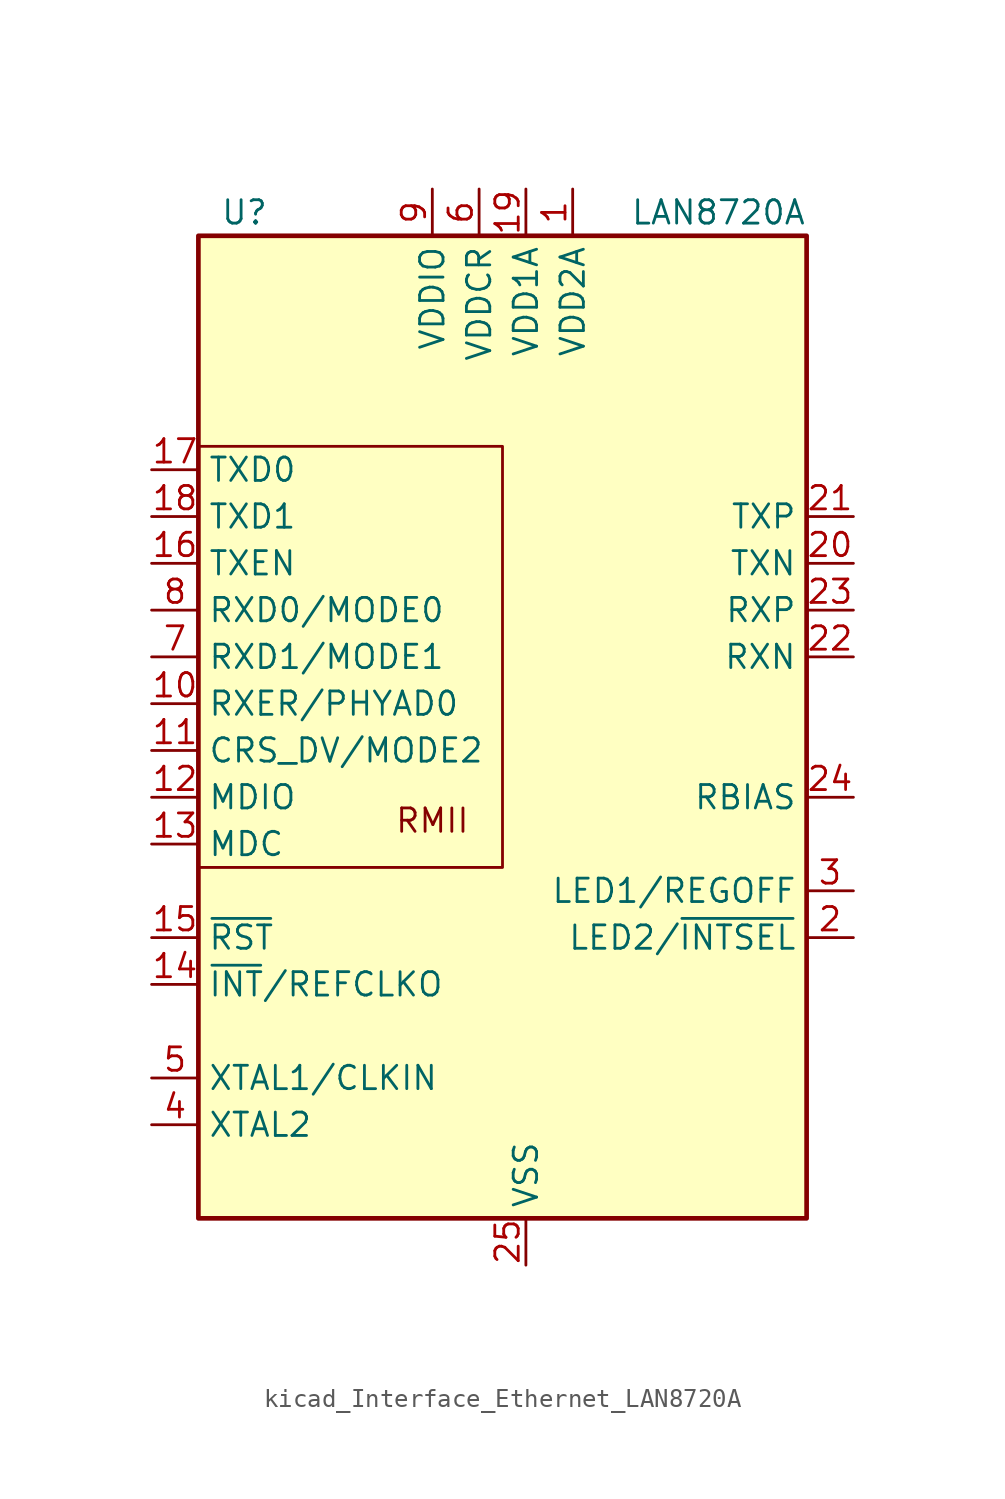
<source format=kicad_sym>
(kicad_symbol_lib
  (version 20220914)
  (generator kicad_symbol_editor)
  (symbol "kicad_Interface_Ethernet_LAN8720A"
    (property "Reference" "U"
      (at -13.97 29.21 0)
      (effects (font (size 1.27 1.27)) (justify right)))
    (property "Value" "LAN8720A"
      (at 15.24 29.21 0)
      (effects (font (size 1.27 1.27)) (justify right)))
    (symbol "kicad_Interface_Ethernet_LAN8720A_0_0"
      (text "RMII" (at -5.08 -3.81 0) (effects (font (size 1.27 1.27)))))
    (symbol "kicad_Interface_Ethernet_LAN8720A_0_1"
      (rectangle (start -17.78 27.94) (end 15.24 -25.4) (stroke (width 0.254) (type default)) (fill (type background)))
      (polyline (pts (xy -17.78 -6.35) (xy -1.27 -6.35) (xy -1.27 16.51) (xy -17.78 16.51)) (stroke (width 0) (type default)) (fill (type none))))
    (symbol "kicad_Interface_Ethernet_LAN8720A_1_1"
      (pin power_in line (at 2.54 30.48 270) (length 2.54) (name "VDD2A" (effects (font (size 1.27 1.27)))) (number "1" (effects (font (size 1.27 1.27)))))
      (pin output line (at -20.32 2.54 0) (length 2.54) (name "RXER/PHYAD0" (effects (font (size 1.27 1.27)))) (number "10" (effects (font (size 1.27 1.27)))))
      (pin bidirectional line (at -20.32 0 0) (length 2.54) (name "CRS_DV/MODE2" (effects (font (size 1.27 1.27)))) (number "11" (effects (font (size 1.27 1.27)))))
      (pin bidirectional line (at -20.32 -2.54 0) (length 2.54) (name "MDIO" (effects (font (size 1.27 1.27)))) (number "12" (effects (font (size 1.27 1.27)))))
      (pin input line (at -20.32 -5.08 0) (length 2.54) (name "MDC" (effects (font (size 1.27 1.27)))) (number "13" (effects (font (size 1.27 1.27)))))
      (pin output line (at -20.32 -12.7 0) (length 2.54) (name "~{INT}/REFCLKO" (effects (font (size 1.27 1.27)))) (number "14" (effects (font (size 1.27 1.27)))))
      (pin input line (at -20.32 -10.16 0) (length 2.54) (name "~{RST}" (effects (font (size 1.27 1.27)))) (number "15" (effects (font (size 1.27 1.27)))))
      (pin input line (at -20.32 10.16 0) (length 2.54) (name "TXEN" (effects (font (size 1.27 1.27)))) (number "16" (effects (font (size 1.27 1.27)))))
      (pin input line (at -20.32 15.24 0) (length 2.54) (name "TXD0" (effects (font (size 1.27 1.27)))) (number "17" (effects (font (size 1.27 1.27)))))
      (pin input line (at -20.32 12.7 0) (length 2.54) (name "TXD1" (effects (font (size 1.27 1.27)))) (number "18" (effects (font (size 1.27 1.27)))))
      (pin power_in line (at 0 30.48 270) (length 2.54) (name "VDD1A" (effects (font (size 1.27 1.27)))) (number "19" (effects (font (size 1.27 1.27)))))
      (pin bidirectional line (at 17.78 -10.16 180) (length 2.54) (name "LED2/~{INTSEL}" (effects (font (size 1.27 1.27)))) (number "2" (effects (font (size 1.27 1.27)))))
      (pin bidirectional line (at 17.78 10.16 180) (length 2.54) (name "TXN" (effects (font (size 1.27 1.27)))) (number "20" (effects (font (size 1.27 1.27)))))
      (pin bidirectional line (at 17.78 12.7 180) (length 2.54) (name "TXP" (effects (font (size 1.27 1.27)))) (number "21" (effects (font (size 1.27 1.27)))))
      (pin bidirectional line (at 17.78 5.08 180) (length 2.54) (name "RXN" (effects (font (size 1.27 1.27)))) (number "22" (effects (font (size 1.27 1.27)))))
      (pin bidirectional line (at 17.78 7.62 180) (length 2.54) (name "RXP" (effects (font (size 1.27 1.27)))) (number "23" (effects (font (size 1.27 1.27)))))
      (pin passive line (at 17.78 -2.54 180) (length 2.54) (name "RBIAS" (effects (font (size 1.27 1.27)))) (number "24" (effects (font (size 1.27 1.27)))))
      (pin power_in line (at 0 -27.94 90) (length 2.54) (name "VSS" (effects (font (size 1.27 1.27)))) (number "25" (effects (font (size 1.27 1.27)))))
      (pin bidirectional line (at 17.78 -7.62 180) (length 2.54) (name "LED1/REGOFF" (effects (font (size 1.27 1.27)))) (number "3" (effects (font (size 1.27 1.27)))))
      (pin output line (at -20.32 -20.32 0) (length 2.54) (name "XTAL2" (effects (font (size 1.27 1.27)))) (number "4" (effects (font (size 1.27 1.27)))))
      (pin input line (at -20.32 -17.78 0) (length 2.54) (name "XTAL1/CLKIN" (effects (font (size 1.27 1.27)))) (number "5" (effects (font (size 1.27 1.27)))))
      (pin power_in line (at -2.54 30.48 270) (length 2.54) (name "VDDCR" (effects (font (size 1.27 1.27)))) (number "6" (effects (font (size 1.27 1.27)))))
      (pin bidirectional line (at -20.32 5.08 0) (length 2.54) (name "RXD1/MODE1" (effects (font (size 1.27 1.27)))) (number "7" (effects (font (size 1.27 1.27)))))
      (pin bidirectional line (at -20.32 7.62 0) (length 2.54) (name "RXD0/MODE0" (effects (font (size 1.27 1.27)))) (number "8" (effects (font (size 1.27 1.27)))))
      (pin power_in line (at -5.08 30.48 270) (length 2.54) (name "VDDIO" (effects (font (size 1.27 1.27)))) (number "9" (effects (font (size 1.27 1.27))))))))
</source>
